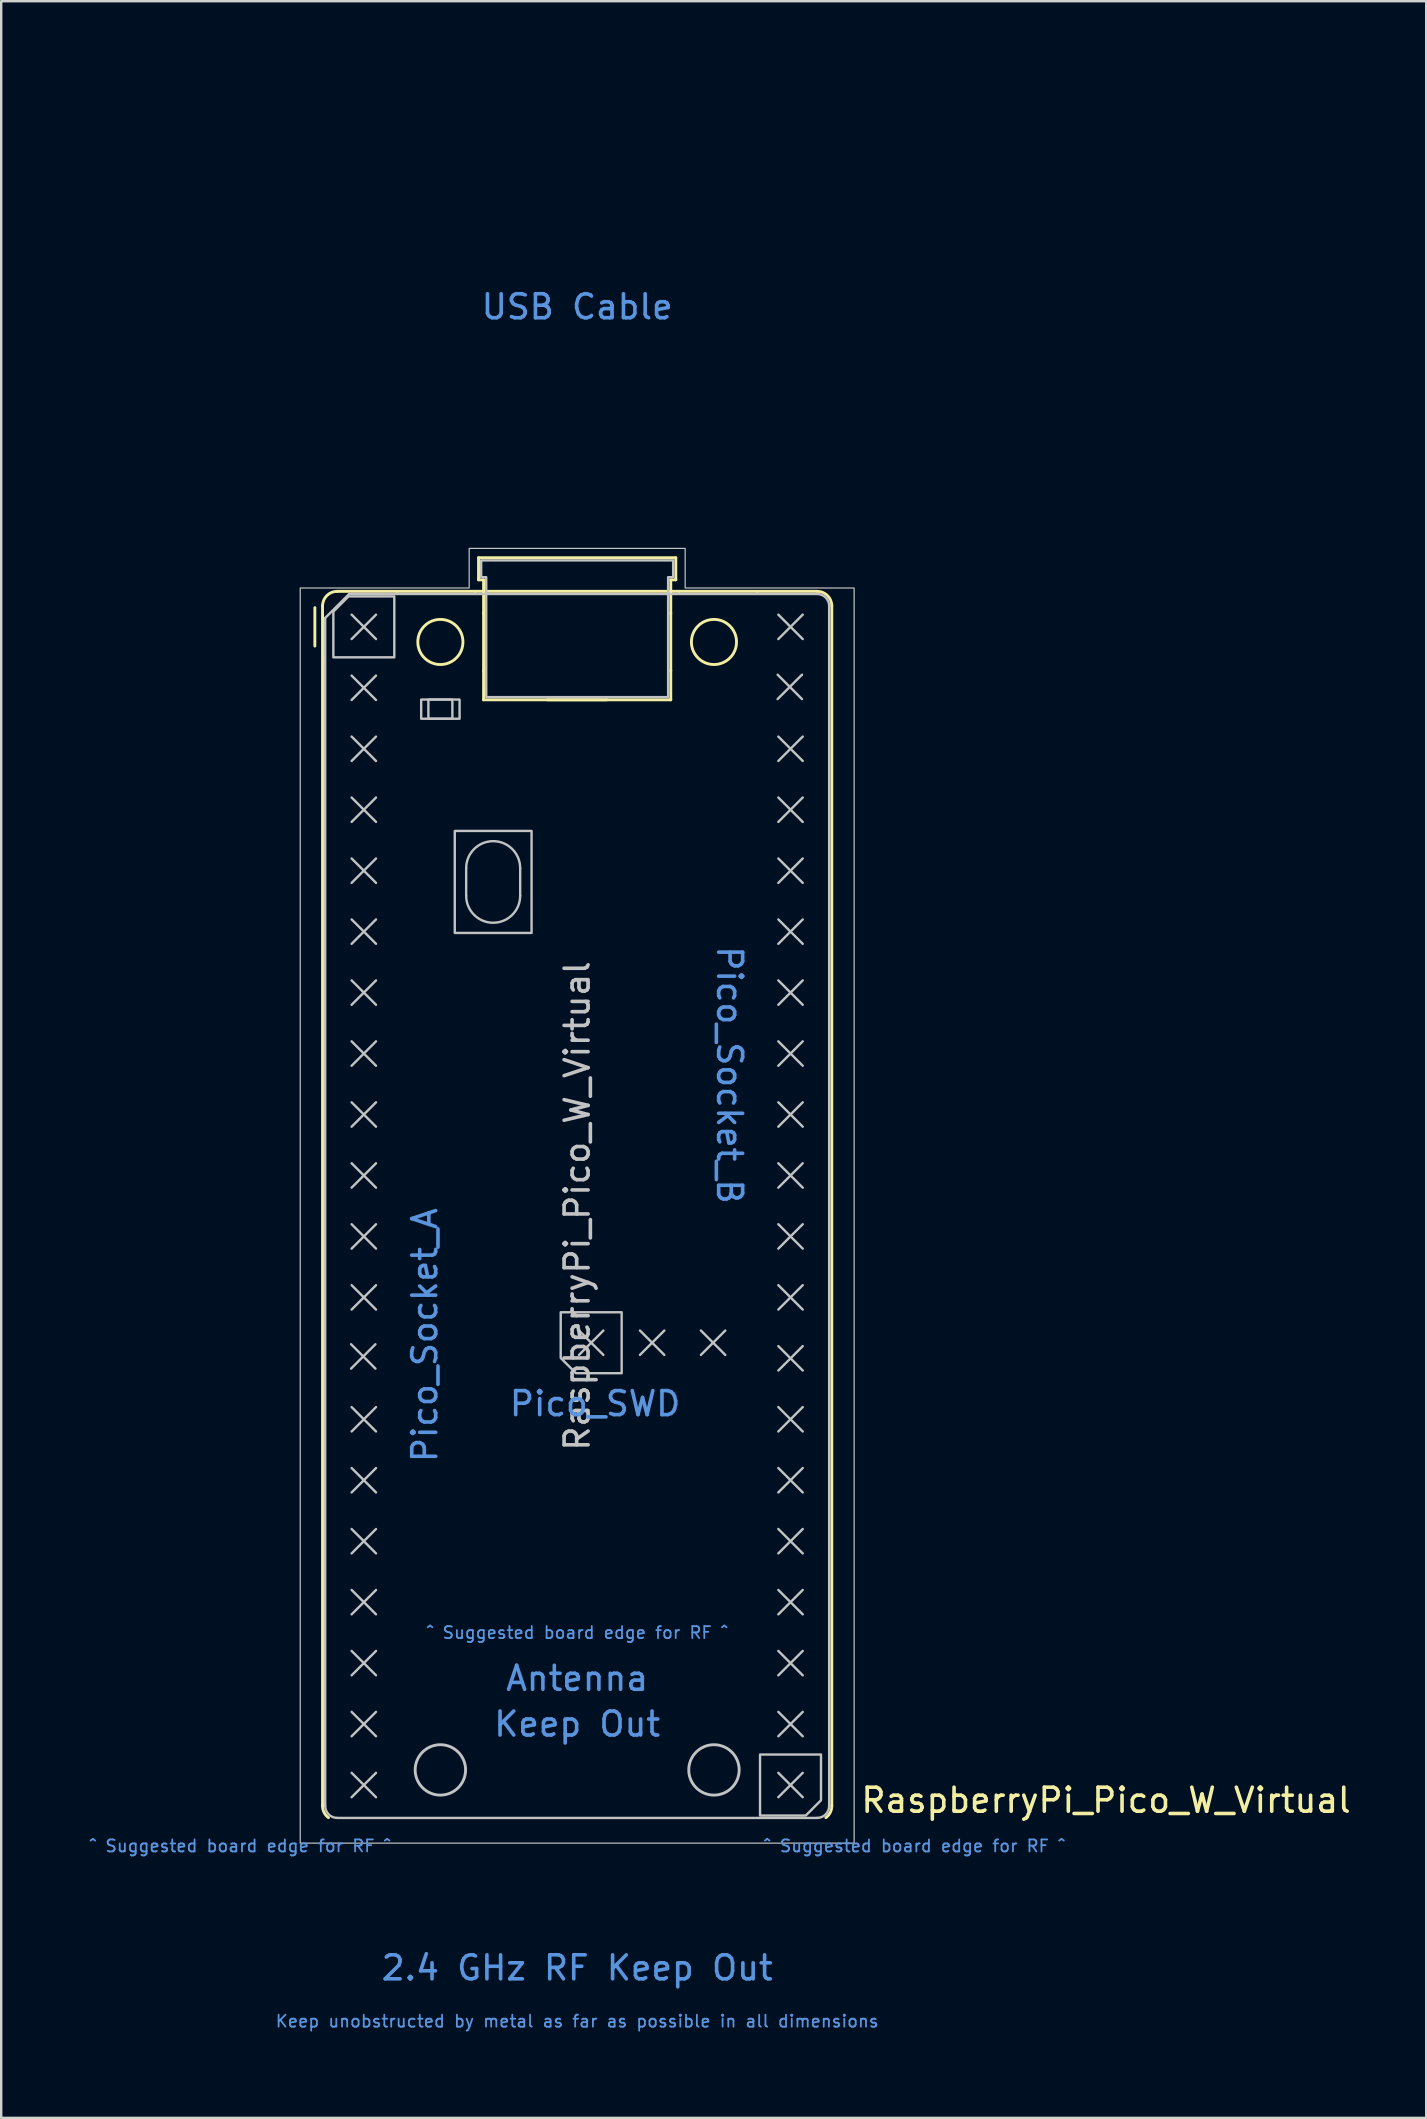
<source format=kicad_pcb>
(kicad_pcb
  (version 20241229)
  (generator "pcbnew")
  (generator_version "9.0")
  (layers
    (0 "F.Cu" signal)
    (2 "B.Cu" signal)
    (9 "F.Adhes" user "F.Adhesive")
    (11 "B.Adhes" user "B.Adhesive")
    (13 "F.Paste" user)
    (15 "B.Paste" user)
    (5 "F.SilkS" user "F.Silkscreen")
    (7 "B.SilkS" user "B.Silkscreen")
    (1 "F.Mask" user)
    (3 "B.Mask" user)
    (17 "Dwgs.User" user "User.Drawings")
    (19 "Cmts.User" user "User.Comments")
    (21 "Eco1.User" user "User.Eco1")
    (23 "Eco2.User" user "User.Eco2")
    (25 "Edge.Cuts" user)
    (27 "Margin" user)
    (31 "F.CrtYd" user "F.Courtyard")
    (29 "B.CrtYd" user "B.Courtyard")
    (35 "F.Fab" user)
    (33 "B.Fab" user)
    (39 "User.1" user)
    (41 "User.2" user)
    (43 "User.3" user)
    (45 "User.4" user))
  (footprint "RaspberryPi_Pico_W_Virtual"
    (layer "F.Cu")
    (at 21 47.2)
    (property "Reference" "RaspberryPi_Pico_W_Virtual" (at 11.748 24.765 0) (unlocked yes) (layer "F.SilkS") (effects (font (size 1 1) (thickness 0.15)) (justify left)))
    (attr exclude_from_pos_files allow_missing_courtyard)
    (fp_line (start -10.93 -23.33) (end -10.93 -24.93) (stroke (width 0.12) (type solid)) (layer "F.SilkS"))
    (fp_line (start -10.61 -25) (end -10.61 25) (stroke (width 0.12) (type solid)) (layer "F.SilkS"))
    (fp_line (start -10 -25.61) (end -7.51 -25.61) (stroke (width 0.12) (type solid)) (layer "F.SilkS"))
    (fp_line (start -7.51 -25.61) (end -4.235 -25.61) (stroke (width 0.12) (type solid)) (layer "F.SilkS"))
    (fp_line (start -4.235 -25.61) (end 4.235 -25.61) (stroke (width 0.12) (type solid)) (layer "F.SilkS"))
    (fp_line (start -4.11 -27.01) (end -4.11 -26.09) (stroke (width 0.12) (type solid)) (layer "F.SilkS"))
    (fp_line (start -4.11 -27.01) (end 4.11 -27.01) (stroke (width 0.12) (type solid)) (layer "F.SilkS"))
    (fp_line (start -4.11 -26.09) (end -3.9 -26.09) (stroke (width 0.12) (type solid)) (layer "F.SilkS"))
    (fp_line (start -3.9 -26.09) (end -3.9 -24.694) (stroke (width 0.12) (type solid)) (layer "F.SilkS"))
    (fp_line (start -3.9 -24.694) (end -3.9 -22.306) (stroke (width 0.12) (type default)) (layer "F.SilkS"))
    (fp_line (start -3.9 -22.306) (end -3.9 -21.09) (stroke (width 0.12) (type solid)) (layer "F.SilkS"))
    (fp_line (start -1.246 -21.09) (end 1.246 -21.09) (stroke (width 0.12) (type solid)) (layer "F.SilkS"))
    (fp_line (start 3.9 -26.09) (end 3.9 -24.694) (stroke (width 0.12) (type solid)) (layer "F.SilkS"))
    (fp_line (start 3.9 -24.694) (end 3.9 -22.306) (stroke (width 0.12) (type default)) (layer "F.SilkS"))
    (fp_line (start 3.9 -22.306) (end 3.9 -21.09) (stroke (width 0.12) (type solid)) (layer "F.SilkS"))
    (fp_line (start 3.9 -21.09) (end -3.9 -21.09) (stroke (width 0.12) (type solid)) (layer "F.SilkS"))
    (fp_line (start 4.11 -27.01) (end 4.11 -26.09) (stroke (width 0.12) (type solid)) (layer "F.SilkS"))
    (fp_line (start 4.11 -26.09) (end 3.9 -26.09) (stroke (width 0.12) (type solid)) (layer "F.SilkS"))
    (fp_line (start 4.235 -25.61) (end 7.51 -25.61) (stroke (width 0.12) (type solid)) (layer "F.SilkS"))
    (fp_line (start 7.51 -25.61) (end 10 -25.61) (stroke (width 0.12) (type solid)) (layer "F.SilkS"))
    (fp_line (start 10.61 -25) (end 10.61 25) (stroke (width 0.12) (type solid)) (layer "F.SilkS"))
    (fp_arc (start -10.61 -25) (mid -10.431335 -25.431335) (end -10 -25.61) (stroke (width 0.12) (type solid)) (layer "F.SilkS"))
    (fp_arc (start -10.363318 25.49) (mid -10.54485 25.274295) (end -10.61 25) (stroke (width 0.12) (type solid)) (layer "F.SilkS"))
    (fp_arc (start 10 -25.61) (mid 10.431335 -25.431335) (end 10.61 -25) (stroke (width 0.12) (type solid)) (layer "F.SilkS"))
    (fp_arc (start 10.61 25) (mid 10.544921 25.274336) (end 10.363342 25.490031) (stroke (width 0.12) (type solid)) (layer "F.SilkS"))
    (fp_circle (center -5.7 -23.5) (end -4.76 -23.5) (stroke (width 0.12) (type solid)) (fill no) (layer "F.SilkS"))
    (fp_circle (center 5.7 -23.5) (end 6.64 -23.5) (stroke (width 0.12) (type solid)) (fill no) (layer "F.SilkS"))
    (fp_line (start -10.5 -24.5) (end -9.5 -25.5) (stroke (width 0.1) (type solid)) (layer "Dwgs.User"))
    (fp_line (start -10.5 25) (end -10.5 -24.5) (stroke (width 0.1) (type solid)) (layer "Dwgs.User"))
    (fp_line (start -9.5 -25.5) (end 10 -25.5) (stroke (width 0.1) (type solid)) (layer "Dwgs.User"))
    (fp_line (start -9.422 5.763) (end -8.406 6.779) (stroke (width 0.1) (type solid)) (layer "Dwgs.User"))
    (fp_line (start -9.398 -24.638) (end -8.382 -23.622) (stroke (width 0.1) (type solid)) (layer "Dwgs.User"))
    (fp_line (start -9.398 -22.098) (end -8.382 -21.082) (stroke (width 0.1) (type solid)) (layer "Dwgs.User"))
    (fp_line (start -9.398 -19.558) (end -8.382 -18.542) (stroke (width 0.1) (type solid)) (layer "Dwgs.User"))
    (fp_line (start -9.398 -17.018) (end -8.382 -16.002) (stroke (width 0.1) (type solid)) (layer "Dwgs.User"))
    (fp_line (start -9.398 -14.478) (end -8.382 -13.462) (stroke (width 0.1) (type solid)) (layer "Dwgs.User"))
    (fp_line (start -9.398 -11.938) (end -8.382 -10.922) (stroke (width 0.1) (type solid)) (layer "Dwgs.User"))
    (fp_line (start -9.398 -9.398) (end -8.382 -8.382) (stroke (width 0.1) (type solid)) (layer "Dwgs.User"))
    (fp_line (start -9.398 -6.858) (end -8.382 -5.842) (stroke (width 0.1) (type solid)) (layer "Dwgs.User"))
    (fp_line (start -9.398 -4.318) (end -8.382 -3.302) (stroke (width 0.1) (type solid)) (layer "Dwgs.User"))
    (fp_line (start -9.398 -1.778) (end -8.382 -0.762) (stroke (width 0.1) (type solid)) (layer "Dwgs.User"))
    (fp_line (start -9.398 0.762) (end -8.382 1.778) (stroke (width 0.1) (type solid)) (layer "Dwgs.User"))
    (fp_line (start -9.398 3.302) (end -8.382 4.318) (stroke (width 0.1) (type solid)) (layer "Dwgs.User"))
    (fp_line (start -9.398 8.382) (end -8.382 9.398) (stroke (width 0.1) (type solid)) (layer "Dwgs.User"))
    (fp_line (start -9.398 10.922) (end -8.382 11.938) (stroke (width 0.1) (type solid)) (layer "Dwgs.User"))
    (fp_line (start -9.398 13.462) (end -8.382 14.478) (stroke (width 0.1) (type solid)) (layer "Dwgs.User"))
    (fp_line (start -9.398 16.002) (end -8.382 17.018) (stroke (width 0.1) (type solid)) (layer "Dwgs.User"))
    (fp_line (start -9.398 18.542) (end -8.382 19.558) (stroke (width 0.1) (type solid)) (layer "Dwgs.User"))
    (fp_line (start -9.398 21.082) (end -8.382 22.098) (stroke (width 0.1) (type solid)) (layer "Dwgs.User"))
    (fp_line (start -9.398 23.622) (end -8.382 24.638) (stroke (width 0.1) (type solid)) (layer "Dwgs.User"))
    (fp_line (start -8.406 5.763) (end -9.422 6.779) (stroke (width 0.1) (type solid)) (layer "Dwgs.User"))
    (fp_line (start -8.382 -24.638) (end -9.398 -23.622) (stroke (width 0.1) (type solid)) (layer "Dwgs.User"))
    (fp_line (start -8.382 -22.098) (end -9.398 -21.082) (stroke (width 0.1) (type solid)) (layer "Dwgs.User"))
    (fp_line (start -8.382 -19.558) (end -9.398 -18.542) (stroke (width 0.1) (type solid)) (layer "Dwgs.User"))
    (fp_line (start -8.382 -17.018) (end -9.398 -16.002) (stroke (width 0.1) (type solid)) (layer "Dwgs.User"))
    (fp_line (start -8.382 -14.478) (end -9.398 -13.462) (stroke (width 0.1) (type solid)) (layer "Dwgs.User"))
    (fp_line (start -8.382 -11.938) (end -9.398 -10.922) (stroke (width 0.1) (type solid)) (layer "Dwgs.User"))
    (fp_line (start -8.382 -9.398) (end -9.398 -8.382) (stroke (width 0.1) (type solid)) (layer "Dwgs.User"))
    (fp_line (start -8.382 -6.858) (end -9.398 -5.842) (stroke (width 0.1) (type solid)) (layer "Dwgs.User"))
    (fp_line (start -8.382 -4.318) (end -9.398 -3.302) (stroke (width 0.1) (type solid)) (layer "Dwgs.User"))
    (fp_line (start -8.382 -1.778) (end -9.398 -0.762) (stroke (width 0.1) (type solid)) (layer "Dwgs.User"))
    (fp_line (start -8.382 0.762) (end -9.398 1.778) (stroke (width 0.1) (type solid)) (layer "Dwgs.User"))
    (fp_line (start -8.382 3.302) (end -9.398 4.318) (stroke (width 0.1) (type solid)) (layer "Dwgs.User"))
    (fp_line (start -8.382 8.382) (end -9.398 9.398) (stroke (width 0.1) (type solid)) (layer "Dwgs.User"))
    (fp_line (start -8.382 10.922) (end -9.398 11.938) (stroke (width 0.1) (type solid)) (layer "Dwgs.User"))
    (fp_line (start -8.382 13.462) (end -9.398 14.478) (stroke (width 0.1) (type solid)) (layer "Dwgs.User"))
    (fp_line (start -8.382 16.002) (end -9.398 17.018) (stroke (width 0.1) (type solid)) (layer "Dwgs.User"))
    (fp_line (start -8.382 18.542) (end -9.398 19.558) (stroke (width 0.1) (type solid)) (layer "Dwgs.User"))
    (fp_line (start -8.382 21.082) (end -9.398 22.098) (stroke (width 0.1) (type solid)) (layer "Dwgs.User"))
    (fp_line (start -8.382 23.622) (end -9.398 24.638) (stroke (width 0.1) (type solid)) (layer "Dwgs.User"))
    (fp_line (start -4.625 -14.075) (end -4.625 -12.925) (stroke (width 0.1) (type solid)) (layer "Dwgs.User"))
    (fp_line (start -2.375 -14.075) (end -2.375 -12.925) (stroke (width 0.1) (type solid)) (layer "Dwgs.User"))
    (fp_line (start 0.076 5.192) (end 1.092 6.208) (stroke (width 0.1) (type solid)) (layer "Dwgs.User"))
    (fp_line (start 1.092 5.192) (end 0.076 6.208) (stroke (width 0.1) (type solid)) (layer "Dwgs.User"))
    (fp_line (start 2.616 5.192) (end 3.632 6.208) (stroke (width 0.1) (type solid)) (layer "Dwgs.User"))
    (fp_line (start 3.632 5.192) (end 2.616 6.208) (stroke (width 0.1) (type solid)) (layer "Dwgs.User"))
    (fp_line (start 5.156 5.192) (end 6.172 6.208) (stroke (width 0.1) (type solid)) (layer "Dwgs.User"))
    (fp_line (start 6.172 5.192) (end 5.156 6.208) (stroke (width 0.1) (type solid)) (layer "Dwgs.User"))
    (fp_line (start 8.352 -22.136) (end 9.368 -21.12) (stroke (width 0.1) (type solid)) (layer "Dwgs.User"))
    (fp_line (start 8.382 -24.638) (end 9.398 -23.622) (stroke (width 0.1) (type solid)) (layer "Dwgs.User"))
    (fp_line (start 8.382 -19.558) (end 9.398 -18.542) (stroke (width 0.1) (type solid)) (layer "Dwgs.User"))
    (fp_line (start 8.382 -17.018) (end 9.398 -16.002) (stroke (width 0.1) (type solid)) (layer "Dwgs.User"))
    (fp_line (start 8.382 -14.478) (end 9.398 -13.462) (stroke (width 0.1) (type solid)) (layer "Dwgs.User"))
    (fp_line (start 8.382 -11.938) (end 9.398 -10.922) (stroke (width 0.1) (type solid)) (layer "Dwgs.User"))
    (fp_line (start 8.382 -9.398) (end 9.398 -8.382) (stroke (width 0.1) (type solid)) (layer "Dwgs.User"))
    (fp_line (start 8.382 -6.858) (end 9.398 -5.842) (stroke (width 0.1) (type solid)) (layer "Dwgs.User"))
    (fp_line (start 8.382 -4.318) (end 9.398 -3.302) (stroke (width 0.1) (type solid)) (layer "Dwgs.User"))
    (fp_line (start 8.382 -1.778) (end 9.398 -0.762) (stroke (width 0.1) (type solid)) (layer "Dwgs.User"))
    (fp_line (start 8.382 0.762) (end 9.398 1.778) (stroke (width 0.1) (type solid)) (layer "Dwgs.User"))
    (fp_line (start 8.382 3.302) (end 9.398 4.318) (stroke (width 0.1) (type solid)) (layer "Dwgs.User"))
    (fp_line (start 8.382 5.842) (end 9.398 6.858) (stroke (width 0.1) (type solid)) (layer "Dwgs.User"))
    (fp_line (start 8.382 8.382) (end 9.398 9.398) (stroke (width 0.1) (type solid)) (layer "Dwgs.User"))
    (fp_line (start 8.382 10.922) (end 9.398 11.938) (stroke (width 0.1) (type solid)) (layer "Dwgs.User"))
    (fp_line (start 8.382 13.462) (end 9.398 14.478) (stroke (width 0.1) (type solid)) (layer "Dwgs.User"))
    (fp_line (start 8.382 16.002) (end 9.398 17.018) (stroke (width 0.1) (type solid)) (layer "Dwgs.User"))
    (fp_line (start 8.382 18.542) (end 9.398 19.558) (stroke (width 0.1) (type solid)) (layer "Dwgs.User"))
    (fp_line (start 8.382 21.082) (end 9.398 22.098) (stroke (width 0.1) (type solid)) (layer "Dwgs.User"))
    (fp_line (start 8.382 23.622) (end 9.398 24.638) (stroke (width 0.1) (type solid)) (layer "Dwgs.User"))
    (fp_line (start 9.368 -22.136) (end 8.352 -21.12) (stroke (width 0.1) (type solid)) (layer "Dwgs.User"))
    (fp_line (start 9.398 -24.638) (end 8.382 -23.622) (stroke (width 0.1) (type solid)) (layer "Dwgs.User"))
    (fp_line (start 9.398 -19.558) (end 8.382 -18.542) (stroke (width 0.1) (type solid)) (layer "Dwgs.User"))
    (fp_line (start 9.398 -17.018) (end 8.382 -16.002) (stroke (width 0.1) (type solid)) (layer "Dwgs.User"))
    (fp_line (start 9.398 -14.478) (end 8.382 -13.462) (stroke (width 0.1) (type solid)) (layer "Dwgs.User"))
    (fp_line (start 9.398 -11.938) (end 8.382 -10.922) (stroke (width 0.1) (type solid)) (layer "Dwgs.User"))
    (fp_line (start 9.398 -9.398) (end 8.382 -8.382) (stroke (width 0.1) (type solid)) (layer "Dwgs.User"))
    (fp_line (start 9.398 -6.858) (end 8.382 -5.842) (stroke (width 0.1) (type solid)) (layer "Dwgs.User"))
    (fp_line (start 9.398 -4.318) (end 8.382 -3.302) (stroke (width 0.1) (type solid)) (layer "Dwgs.User"))
    (fp_line (start 9.398 -1.778) (end 8.382 -0.762) (stroke (width 0.1) (type solid)) (layer "Dwgs.User"))
    (fp_line (start 9.398 0.762) (end 8.382 1.778) (stroke (width 0.1) (type solid)) (layer "Dwgs.User"))
    (fp_line (start 9.398 3.302) (end 8.382 4.318) (stroke (width 0.1) (type solid)) (layer "Dwgs.User"))
    (fp_line (start 9.398 5.842) (end 8.382 6.858) (stroke (width 0.1) (type solid)) (layer "Dwgs.User"))
    (fp_line (start 9.398 8.382) (end 8.382 9.398) (stroke (width 0.1) (type solid)) (layer "Dwgs.User"))
    (fp_line (start 9.398 10.922) (end 8.382 11.938) (stroke (width 0.1) (type solid)) (layer "Dwgs.User"))
    (fp_line (start 9.398 13.462) (end 8.382 14.478) (stroke (width 0.1) (type solid)) (layer "Dwgs.User"))
    (fp_line (start 9.398 16.002) (end 8.382 17.018) (stroke (width 0.1) (type solid)) (layer "Dwgs.User"))
    (fp_line (start 9.398 18.542) (end 8.382 19.558) (stroke (width 0.1) (type solid)) (layer "Dwgs.User"))
    (fp_line (start 9.398 21.082) (end 8.382 22.098) (stroke (width 0.1) (type solid)) (layer "Dwgs.User"))
    (fp_line (start 9.398 23.622) (end 8.382 24.638) (stroke (width 0.1) (type solid)) (layer "Dwgs.User"))
    (fp_line (start 10 25.5) (end -10 25.5) (stroke (width 0.1) (type solid)) (layer "Dwgs.User"))
    (fp_line (start 10.5 -25) (end 10.5 25) (stroke (width 0.1) (type solid)) (layer "Dwgs.User"))
    (fp_rect (start -6.5 -21.1) (end -4.9 -20.3) (stroke (width 0.1) (type solid)) (fill no) (layer "Dwgs.User"))
    (fp_rect (start -6.2 -21.1) (end -5.2 -20.3) (stroke (width 0.1) (type solid)) (fill no) (layer "Dwgs.User"))
    (fp_rect (start -5.1 -15.625) (end -1.9 -11.375) (stroke (width 0.1) (type solid)) (fill no) (layer "Dwgs.User"))
    (fp_arc (start -10 25.5) (mid -10.353553 25.353553) (end -10.5 25) (stroke (width 0.1) (type solid)) (layer "Dwgs.User"))
    (fp_arc (start -4.625 -14.075) (mid -3.5 -15.2) (end -2.375 -14.075) (stroke (width 0.1) (type solid)) (layer "Dwgs.User"))
    (fp_arc (start -2.375 -12.925) (mid -3.5 -11.8) (end -4.625 -12.925) (stroke (width 0.1) (type solid)) (layer "Dwgs.User"))
    (fp_arc (start 10 -25.5) (mid 10.353553 -25.353553) (end 10.5 -25) (stroke (width 0.1) (type solid)) (layer "Dwgs.User"))
    (fp_arc (start 10.5 25) (mid 10.353553 25.353553) (end 10 25.5) (stroke (width 0.1) (type solid)) (layer "Dwgs.User"))
    (fp_circle (center -5.7 23.5) (end -4.65 23.5) (stroke (width 0.12) (type solid)) (fill no) (layer "Dwgs.User"))
    (fp_circle (center 5.7 23.5) (end 6.75 23.5) (stroke (width 0.12) (type solid)) (fill no) (layer "Dwgs.User"))
    (fp_poly (pts (xy -10.16 -24.765) (xy -10.16 -22.86) (xy -7.62 -22.86) (xy -7.62 -25.4) (xy -9.525 -25.4)) (stroke (width 0.1) (type solid)) (fill no) (layer "Dwgs.User"))
    (fp_poly (pts (xy -0.051 6.97) (xy 1.854 6.97) (xy 1.854 4.43) (xy -0.686 4.43) (xy -0.686 6.335)) (stroke (width 0.1) (type solid)) (fill no) (layer "Dwgs.User"))
    (fp_poly (pts (xy 10.16 24.765) (xy 10.16 22.86) (xy 7.62 22.86) (xy 7.62 25.4) (xy 9.525 25.4)) (stroke (width 0.1) (type solid)) (fill no) (layer "Dwgs.User"))
    (fp_poly (pts (xy -4.5 -27.4) (xy 4.5 -27.4) (xy 4.5 -25.75) (xy 11.54 -25.75) (xy 11.54 26.55) (xy -11.54 26.55) (xy -11.54 -25.75) (xy -4.5 -25.75)) (stroke (width 0.05) (type solid)) (fill no) (layer "Dwgs.User"))
    (fp_poly (pts (xy 3.79 -21.2) (xy 3.79 -26.2) (xy 4 -26.2) (xy 4 -26.9) (xy -4 -26.9) (xy -4 -26.2) (xy -3.79 -26.2) (xy -3.79 -21.2)) (stroke (width 0.1) (type solid)) (fill no) (layer "Dwgs.User"))
    (fp_text user "${REFERENCE}" (at 0 0 90) (layer "Dwgs.User") (effects (font (size 1 1) (thickness 0.15))))
    (fp_text user "Antenna" (at 0 19.685 0) (unlocked yes) (layer "Cmts.User") (effects (font (size 1 1) (thickness 0.15))))
    (fp_text user "Pico_Socket_B" (at 6.35 0 270) (unlocked yes) (layer "Cmts.User") (effects (font (size 1 1) (thickness 0.15)) (justify right)))
    (fp_text user "Keep Out" (at 0 21.59 0) (unlocked yes) (layer "Cmts.User") (effects (font (size 1 1) (thickness 0.15))))
    (fp_text user "^ Suggested board edge for RF ^" (at 0 17.78 0) (unlocked yes) (layer "Cmts.User") (effects (font (size 0.5 0.5) (thickness 0.075))))
    (fp_text user "Pico_Socket_A" (at -6.35 0 90) (unlocked yes) (layer "Cmts.User") (effects (font (size 1 1) (thickness 0.15)) (justify right)))
    (fp_text user "^ Suggested board edge for RF ^" (at -14.05 26.67 0) (unlocked yes) (layer "Cmts.User") (effects (font (size 0.5 0.5) (thickness 0.075))))
    (fp_text user "2.4 GHz RF Keep Out" (at 0 31.75 0) (unlocked yes) (layer "Cmts.User") (effects (font (size 1 1) (thickness 0.15))))
    (fp_text user "USB Cable" (at 0 -37.465 0) (unlocked yes) (layer "Cmts.User") (effects (font (size 1 1) (thickness 0.15))))
    (fp_text user "^ Suggested board edge for RF ^" (at 14.05 26.67 0) (unlocked yes) (layer "Cmts.User") (effects (font (size 0.5 0.5) (thickness 0.075))))
    (fp_text user "Pico_SWD" (at 4.394 8.24 0) (unlocked yes) (layer "Cmts.User") (effects (font (size 1 1) (thickness 0.15)) (justify right)))
    (fp_text user "Keep unobstructed by metal as far as possible in all dimensions" (at 0 33.972 0) (unlocked yes) (layer "Cmts.User") (effects (font (size 0.5 0.5) (thickness 0.075))))
    (zone (net_name "") (layers "F.Cu" "B.Cu" "F.Paste" "B.Paste") (name "RF Copper Keep Out") (hatch full 0.5) (connect_pads) (min_thickness 0.254) (filled_areas_thickness no) (keepout (tracks not_allowed) (vias not_allowed) (pads not_allowed) (copperpour not_allowed) (footprints allowed)) (placement (enabled no)) (fill) (polygon (pts (xy 0 72.2) (xy 42 72.2) (xy 42 82.2) (xy 0 82.2))))
    (zone (net_name "") (layers "F.Cu" "B.Cu" "F.Paste" "B.Paste") (name "Antenna Copper Keep Out") (hatch full 0.5) (connect_pads) (min_thickness 0.254) (filled_areas_thickness no) (keepout (tracks not_allowed) (vias not_allowed) (pads not_allowed) (copperpour not_allowed) (footprints not_allowed)) (placement (enabled no)) (fill) (polygon (pts (xy 18.6 72.19) (xy 13.9 68.54) (xy 13.9 64.2) (xy 28.1 64.2) (xy 28.1 68.54) (xy 23.4 72.19) (xy 23.4 72.2) (xy 18.6 72.2))))
    (zone (net_name "") (layer "Edge.Cuts") (name "Board Keep Out Suggestion RF") (hatch edge 0.5) (connect_pads) (min_thickness 0.254) (filled_areas_thickness no) (keepout (tracks allowed) (vias allowed) (pads allowed) (copperpour allowed) (footprints allowed)) (placement (enabled no)) (fill) (polygon (pts (xy 28.1 73.2) (xy 42 73.2) (xy 42 82.2) (xy 0 82.2) (xy 0 73.2) (xy 13.9 73.2) (xy 13.9 64.2) (xy 28.1 64.2))))
    (zone (net_name "") (layer "F.CrtYd") (name "USB Cable") (hatch edge 0.5) (connect_pads) (min_thickness 0.254) (filled_areas_thickness no) (keepout (tracks allowed) (vias allowed) (pads allowed) (copperpour allowed) (footprints allowed)) (placement (enabled no)) (fill) (polygon (pts (xy 15.25 19.5) (xy 17.06 19.5) (xy 17.06 19.8) (xy 24.94 19.8) (xy 24.94 19.5) (xy 26.75 19.5) (xy 26.75 0) (xy 15.25 0)))))
  (gr_rect
    (start -3 -3)
    (end 56.378 85.2)
    (stroke (width 0.1) (type default))
    (fill no)
    (layer "Edge.Cuts")))
</source>
